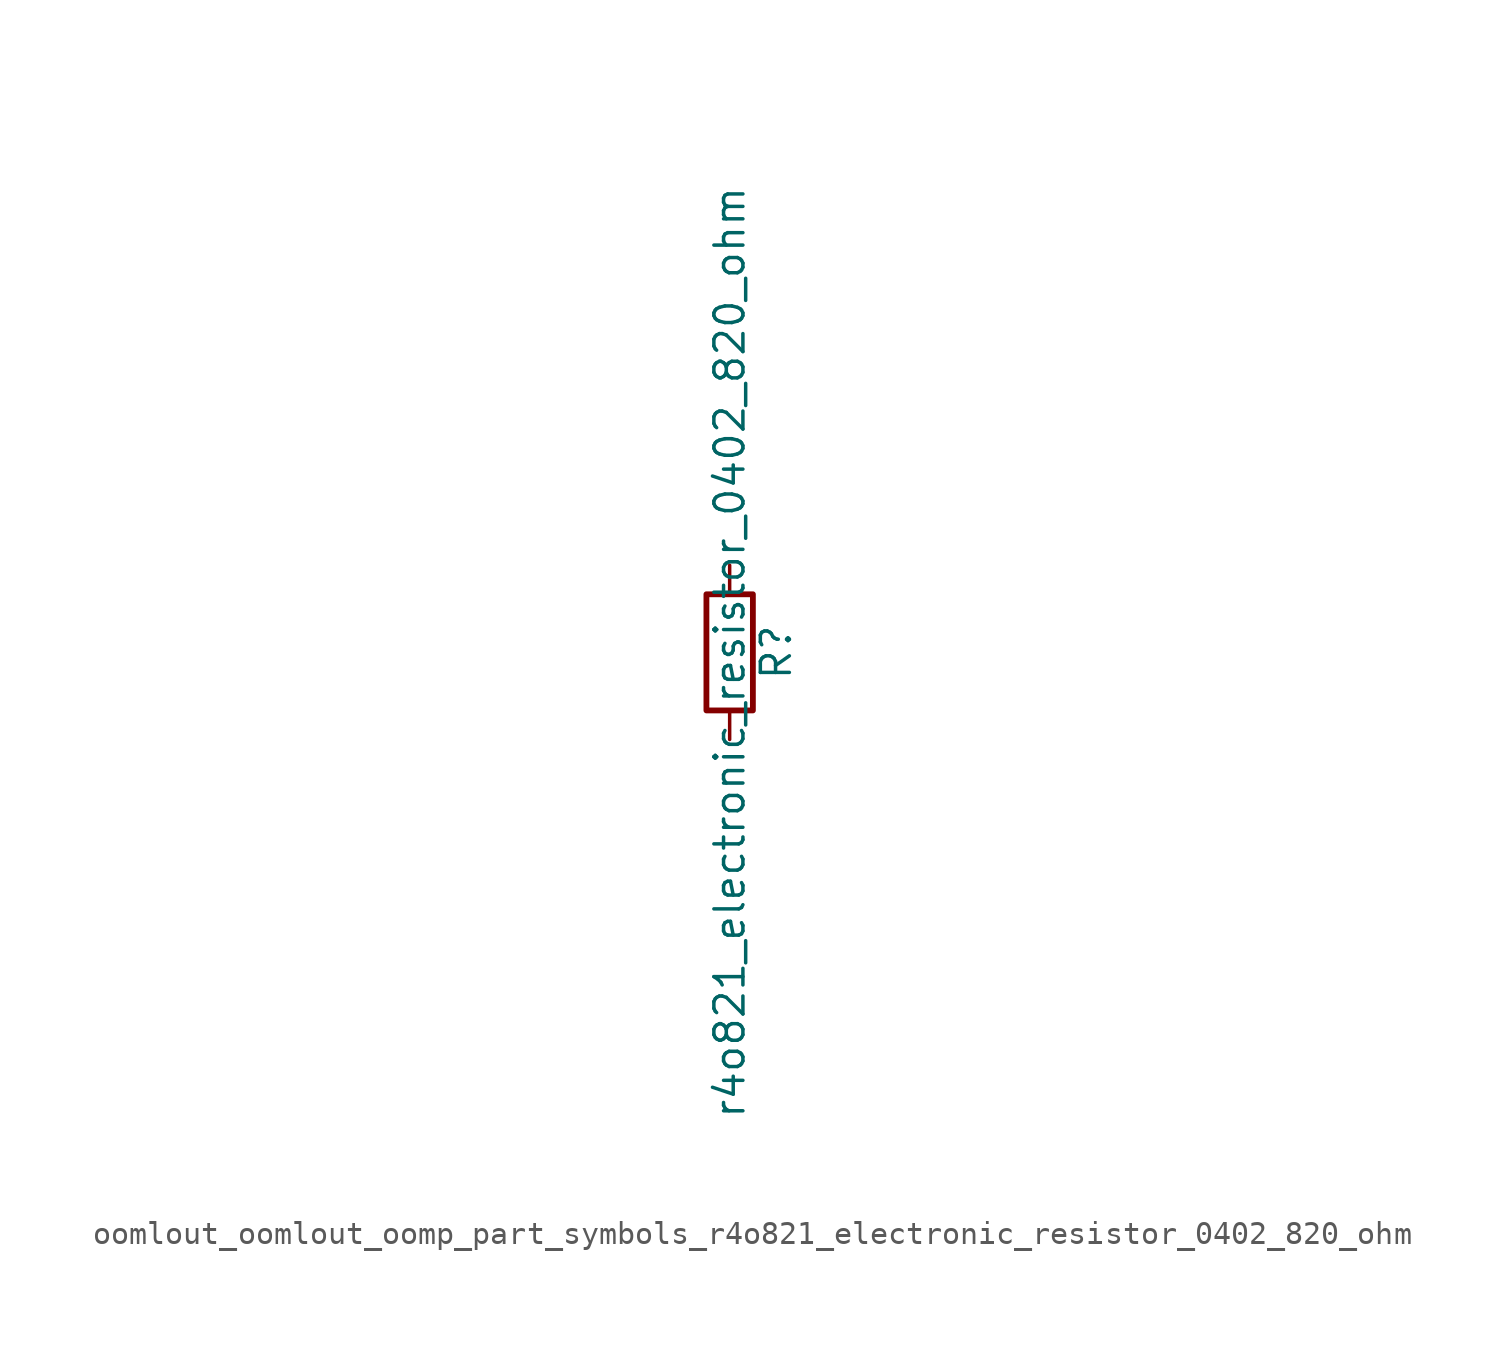
<source format=kicad_sym>
(kicad_symbol_lib
  (version 20220914)
  (generator kicad_symbol_editor)
  (symbol "oomlout_oomlout_oomp_part_symbols_r4o821_electronic_resistor_0402_820_ohm"
    (pin_numbers hide)
    (pin_names
      (offset 0))
    (property "Reference" "R"
      (at 2.032 0 90)
      (effects (font (size 1.27 1.27))))
    (property "Value" "r4o821_electronic_resistor_0402_820_ohm"
      (at 0 0 90)
      (effects (font (size 1.27 1.27))))
    (symbol "oomlout_oomlout_oomp_part_symbols_r4o821_electronic_resistor_0402_820_ohm_0_1"
      (rectangle (start -1.016 -2.54) (end 1.016 2.54) (stroke (width 0.254) (type default)) (fill (type none))))
    (symbol "oomlout_oomlout_oomp_part_symbols_r4o821_electronic_resistor_0402_820_ohm_1_1"
      (pin passive line (at 0 3.81 270) (length 1.27) (name "~" (effects (font (size 1.27 1.27)))) (number "1" (effects (font (size 1.27 1.27)))))
      (pin passive line (at 0 -3.81 90) (length 1.27) (name "~" (effects (font (size 1.27 1.27)))) (number "2" (effects (font (size 1.27 1.27))))))))
</source>
